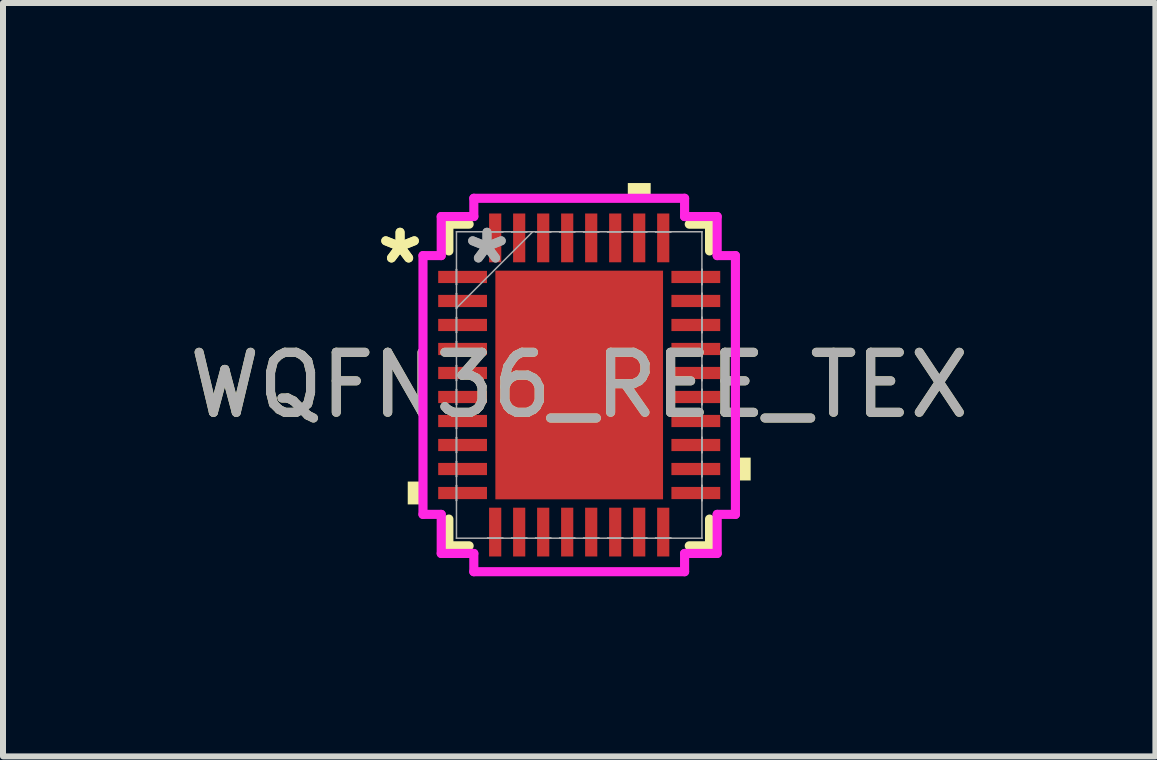
<source format=kicad_pcb>
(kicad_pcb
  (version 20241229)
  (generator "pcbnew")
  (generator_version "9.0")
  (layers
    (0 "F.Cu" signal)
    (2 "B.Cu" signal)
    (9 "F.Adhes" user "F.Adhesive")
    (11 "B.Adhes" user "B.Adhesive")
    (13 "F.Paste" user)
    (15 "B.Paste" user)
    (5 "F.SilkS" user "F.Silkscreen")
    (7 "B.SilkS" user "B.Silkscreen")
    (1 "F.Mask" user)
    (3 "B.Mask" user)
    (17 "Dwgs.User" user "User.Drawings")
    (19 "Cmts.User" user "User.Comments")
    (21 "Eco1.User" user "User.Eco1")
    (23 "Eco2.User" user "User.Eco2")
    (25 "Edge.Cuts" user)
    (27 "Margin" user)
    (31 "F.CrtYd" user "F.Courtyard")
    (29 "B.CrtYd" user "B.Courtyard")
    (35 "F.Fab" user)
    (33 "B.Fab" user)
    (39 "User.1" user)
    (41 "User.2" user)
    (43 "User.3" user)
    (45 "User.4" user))
  (footprint "WQFN36_REE_TEX"
    (layer "F.Cu")
    (at 6.601 3.365)
    (property "Reference" "WQFN36_REE_TEX" (at 0 0 0) (unlocked yes) (layer "F.SilkS") (effects (font (size 1 1) (thickness 0.15))))
    (attr smd)
    (fp_line (start -2.172 -2.68) (end -2.172 -2.234) (stroke (width 0.152) (type solid)) (layer "F.SilkS"))
    (fp_line (start -2.172 2.234) (end -2.172 2.68) (stroke (width 0.152) (type solid)) (layer "F.SilkS"))
    (fp_line (start -2.172 2.68) (end -1.834 2.68) (stroke (width 0.152) (type solid)) (layer "F.SilkS"))
    (fp_line (start -1.834 -2.68) (end -2.172 -2.68) (stroke (width 0.152) (type solid)) (layer "F.SilkS"))
    (fp_line (start 1.834 2.68) (end 2.172 2.68) (stroke (width 0.152) (type solid)) (layer "F.SilkS"))
    (fp_line (start 2.172 -2.68) (end 1.834 -2.68) (stroke (width 0.152) (type solid)) (layer "F.SilkS"))
    (fp_line (start 2.172 -2.234) (end 2.172 -2.68) (stroke (width 0.152) (type solid)) (layer "F.SilkS"))
    (fp_line (start 2.172 2.68) (end 2.172 2.234) (stroke (width 0.152) (type solid)) (layer "F.SilkS"))
    (fp_poly (pts (xy -2.857 1.609) (xy -2.857 1.99) (xy -2.603 1.99) (xy -2.603 1.609)) (stroke (width 0) (type solid)) (fill yes) (layer "F.SilkS"))
    (fp_poly (pts (xy 0.81 -3.111) (xy 0.81 -3.365) (xy 1.191 -3.365) (xy 1.191 -3.111)) (stroke (width 0) (type solid)) (fill yes) (layer "F.SilkS"))
    (fp_poly (pts (xy 2.857 1.21) (xy 2.857 1.591) (xy 2.603 1.591) (xy 2.603 1.21)) (stroke (width 0) (type solid)) (fill yes) (layer "F.SilkS"))
    (fp_poly (pts (xy -1.297 -1.805) (xy -1.297 -0.735) (xy -0.1 -0.735) (xy -0.1 -1.805)) (stroke (width 0) (type solid)) (fill yes) (layer "F.Paste"))
    (fp_poly (pts (xy -1.297 -0.535) (xy -1.297 0.535) (xy -0.1 0.535) (xy -0.1 -0.535)) (stroke (width 0) (type solid)) (fill yes) (layer "F.Paste"))
    (fp_poly (pts (xy -1.297 0.735) (xy -1.297 1.805) (xy -0.1 1.805) (xy -0.1 0.735)) (stroke (width 0) (type solid)) (fill yes) (layer "F.Paste"))
    (fp_poly (pts (xy 0.1 -1.805) (xy 0.1 -0.735) (xy 1.297 -0.735) (xy 1.297 -1.805)) (stroke (width 0) (type solid)) (fill yes) (layer "F.Paste"))
    (fp_poly (pts (xy 0.1 -0.535) (xy 0.1 0.535) (xy 1.297 0.535) (xy 1.297 -0.535)) (stroke (width 0) (type solid)) (fill yes) (layer "F.Paste"))
    (fp_poly (pts (xy 0.1 0.735) (xy 0.1 1.805) (xy 1.297 1.805) (xy 1.297 0.735)) (stroke (width 0) (type solid)) (fill yes) (layer "F.Paste"))
    (fp_line (start -2.603 -2.156) (end -2.299 -2.156) (stroke (width 0.152) (type solid)) (layer "F.CrtYd"))
    (fp_line (start -2.603 2.156) (end -2.603 -2.156) (stroke (width 0.152) (type solid)) (layer "F.CrtYd"))
    (fp_line (start -2.299 -2.807) (end -1.756 -2.807) (stroke (width 0.152) (type solid)) (layer "F.CrtYd"))
    (fp_line (start -2.299 -2.156) (end -2.299 -2.807) (stroke (width 0.152) (type solid)) (layer "F.CrtYd"))
    (fp_line (start -2.299 2.156) (end -2.603 2.156) (stroke (width 0.152) (type solid)) (layer "F.CrtYd"))
    (fp_line (start -2.299 2.807) (end -2.299 2.156) (stroke (width 0.152) (type solid)) (layer "F.CrtYd"))
    (fp_line (start -1.756 -3.111) (end 1.756 -3.111) (stroke (width 0.152) (type solid)) (layer "F.CrtYd"))
    (fp_line (start -1.756 -2.807) (end -1.756 -3.111) (stroke (width 0.152) (type solid)) (layer "F.CrtYd"))
    (fp_line (start -1.756 2.807) (end -2.299 2.807) (stroke (width 0.152) (type solid)) (layer "F.CrtYd"))
    (fp_line (start -1.756 3.111) (end -1.756 2.807) (stroke (width 0.152) (type solid)) (layer "F.CrtYd"))
    (fp_line (start 1.756 -3.111) (end 1.756 -2.807) (stroke (width 0.152) (type solid)) (layer "F.CrtYd"))
    (fp_line (start 1.756 -2.807) (end 2.299 -2.807) (stroke (width 0.152) (type solid)) (layer "F.CrtYd"))
    (fp_line (start 1.756 2.807) (end 1.756 3.111) (stroke (width 0.152) (type solid)) (layer "F.CrtYd"))
    (fp_line (start 1.756 3.111) (end -1.756 3.111) (stroke (width 0.152) (type solid)) (layer "F.CrtYd"))
    (fp_line (start 2.299 -2.807) (end 2.299 -2.156) (stroke (width 0.152) (type solid)) (layer "F.CrtYd"))
    (fp_line (start 2.299 -2.156) (end 2.603 -2.156) (stroke (width 0.152) (type solid)) (layer "F.CrtYd"))
    (fp_line (start 2.299 2.156) (end 2.299 2.807) (stroke (width 0.152) (type solid)) (layer "F.CrtYd"))
    (fp_line (start 2.299 2.807) (end 1.756 2.807) (stroke (width 0.152) (type solid)) (layer "F.CrtYd"))
    (fp_line (start 2.603 -2.156) (end 2.603 2.156) (stroke (width 0.152) (type solid)) (layer "F.CrtYd"))
    (fp_line (start 2.603 2.156) (end 2.299 2.156) (stroke (width 0.152) (type solid)) (layer "F.CrtYd"))
    (fp_line (start -2.045 -2.553) (end -2.045 -2.553) (stroke (width 0.025) (type solid)) (layer "F.Fab"))
    (fp_line (start -2.045 -2.553) (end -2.045 2.553) (stroke (width 0.025) (type solid)) (layer "F.Fab"))
    (fp_line (start -2.045 -1.927) (end -2.045 -1.927) (stroke (width 0.025) (type solid)) (layer "F.Fab"))
    (fp_line (start -2.045 -1.927) (end -2.045 -1.673) (stroke (width 0.025) (type solid)) (layer "F.Fab"))
    (fp_line (start -2.045 -1.673) (end -2.045 -1.927) (stroke (width 0.025) (type solid)) (layer "F.Fab"))
    (fp_line (start -2.045 -1.673) (end -2.045 -1.673) (stroke (width 0.025) (type solid)) (layer "F.Fab"))
    (fp_line (start -2.045 -1.527) (end -2.045 -1.527) (stroke (width 0.025) (type solid)) (layer "F.Fab"))
    (fp_line (start -2.045 -1.527) (end -2.045 -1.273) (stroke (width 0.025) (type solid)) (layer "F.Fab"))
    (fp_line (start -2.045 -1.283) (end -0.775 -2.553) (stroke (width 0.025) (type solid)) (layer "F.Fab"))
    (fp_line (start -2.045 -1.273) (end -2.045 -1.527) (stroke (width 0.025) (type solid)) (layer "F.Fab"))
    (fp_line (start -2.045 -1.273) (end -2.045 -1.273) (stroke (width 0.025) (type solid)) (layer "F.Fab"))
    (fp_line (start -2.045 -1.127) (end -2.045 -1.127) (stroke (width 0.025) (type solid)) (layer "F.Fab"))
    (fp_line (start -2.045 -1.127) (end -2.045 -0.873) (stroke (width 0.025) (type solid)) (layer "F.Fab"))
    (fp_line (start -2.045 -0.873) (end -2.045 -1.127) (stroke (width 0.025) (type solid)) (layer "F.Fab"))
    (fp_line (start -2.045 -0.873) (end -2.045 -0.873) (stroke (width 0.025) (type solid)) (layer "F.Fab"))
    (fp_line (start -2.045 -0.727) (end -2.045 -0.727) (stroke (width 0.025) (type solid)) (layer "F.Fab"))
    (fp_line (start -2.045 -0.727) (end -2.045 -0.473) (stroke (width 0.025) (type solid)) (layer "F.Fab"))
    (fp_line (start -2.045 -0.473) (end -2.045 -0.727) (stroke (width 0.025) (type solid)) (layer "F.Fab"))
    (fp_line (start -2.045 -0.473) (end -2.045 -0.473) (stroke (width 0.025) (type solid)) (layer "F.Fab"))
    (fp_line (start -2.045 -0.327) (end -2.045 -0.327) (stroke (width 0.025) (type solid)) (layer "F.Fab"))
    (fp_line (start -2.045 -0.327) (end -2.045 -0.073) (stroke (width 0.025) (type solid)) (layer "F.Fab"))
    (fp_line (start -2.045 -0.073) (end -2.045 -0.327) (stroke (width 0.025) (type solid)) (layer "F.Fab"))
    (fp_line (start -2.045 -0.073) (end -2.045 -0.073) (stroke (width 0.025) (type solid)) (layer "F.Fab"))
    (fp_line (start -2.045 0.073) (end -2.045 0.073) (stroke (width 0.025) (type solid)) (layer "F.Fab"))
    (fp_line (start -2.045 0.073) (end -2.045 0.327) (stroke (width 0.025) (type solid)) (layer "F.Fab"))
    (fp_line (start -2.045 0.327) (end -2.045 0.073) (stroke (width 0.025) (type solid)) (layer "F.Fab"))
    (fp_line (start -2.045 0.327) (end -2.045 0.327) (stroke (width 0.025) (type solid)) (layer "F.Fab"))
    (fp_line (start -2.045 0.473) (end -2.045 0.473) (stroke (width 0.025) (type solid)) (layer "F.Fab"))
    (fp_line (start -2.045 0.473) (end -2.045 0.727) (stroke (width 0.025) (type solid)) (layer "F.Fab"))
    (fp_line (start -2.045 0.727) (end -2.045 0.473) (stroke (width 0.025) (type solid)) (layer "F.Fab"))
    (fp_line (start -2.045 0.727) (end -2.045 0.727) (stroke (width 0.025) (type solid)) (layer "F.Fab"))
    (fp_line (start -2.045 0.873) (end -2.045 0.873) (stroke (width 0.025) (type solid)) (layer "F.Fab"))
    (fp_line (start -2.045 0.873) (end -2.045 1.127) (stroke (width 0.025) (type solid)) (layer "F.Fab"))
    (fp_line (start -2.045 1.127) (end -2.045 0.873) (stroke (width 0.025) (type solid)) (layer "F.Fab"))
    (fp_line (start -2.045 1.127) (end -2.045 1.127) (stroke (width 0.025) (type solid)) (layer "F.Fab"))
    (fp_line (start -2.045 1.273) (end -2.045 1.273) (stroke (width 0.025) (type solid)) (layer "F.Fab"))
    (fp_line (start -2.045 1.273) (end -2.045 1.527) (stroke (width 0.025) (type solid)) (layer "F.Fab"))
    (fp_line (start -2.045 1.527) (end -2.045 1.273) (stroke (width 0.025) (type solid)) (layer "F.Fab"))
    (fp_line (start -2.045 1.527) (end -2.045 1.527) (stroke (width 0.025) (type solid)) (layer "F.Fab"))
    (fp_line (start -2.045 1.673) (end -2.045 1.673) (stroke (width 0.025) (type solid)) (layer "F.Fab"))
    (fp_line (start -2.045 1.673) (end -2.045 1.927) (stroke (width 0.025) (type solid)) (layer "F.Fab"))
    (fp_line (start -2.045 1.927) (end -2.045 1.673) (stroke (width 0.025) (type solid)) (layer "F.Fab"))
    (fp_line (start -2.045 1.927) (end -2.045 1.927) (stroke (width 0.025) (type solid)) (layer "F.Fab"))
    (fp_line (start -2.045 2.553) (end -2.045 2.553) (stroke (width 0.025) (type solid)) (layer "F.Fab"))
    (fp_line (start -2.045 2.553) (end 2.045 2.553) (stroke (width 0.025) (type solid)) (layer "F.Fab"))
    (fp_line (start -1.527 -2.553) (end -1.527 -2.553) (stroke (width 0.025) (type solid)) (layer "F.Fab"))
    (fp_line (start -1.527 -2.553) (end -1.273 -2.553) (stroke (width 0.025) (type solid)) (layer "F.Fab"))
    (fp_line (start -1.527 2.553) (end -1.527 2.553) (stroke (width 0.025) (type solid)) (layer "F.Fab"))
    (fp_line (start -1.527 2.553) (end -1.273 2.553) (stroke (width 0.025) (type solid)) (layer "F.Fab"))
    (fp_line (start -1.273 -2.553) (end -1.527 -2.553) (stroke (width 0.025) (type solid)) (layer "F.Fab"))
    (fp_line (start -1.273 -2.553) (end -1.273 -2.553) (stroke (width 0.025) (type solid)) (layer "F.Fab"))
    (fp_line (start -1.273 2.553) (end -1.527 2.553) (stroke (width 0.025) (type solid)) (layer "F.Fab"))
    (fp_line (start -1.273 2.553) (end -1.273 2.553) (stroke (width 0.025) (type solid)) (layer "F.Fab"))
    (fp_line (start -1.127 -2.553) (end -1.127 -2.553) (stroke (width 0.025) (type solid)) (layer "F.Fab"))
    (fp_line (start -1.127 -2.553) (end -0.873 -2.553) (stroke (width 0.025) (type solid)) (layer "F.Fab"))
    (fp_line (start -1.127 2.553) (end -1.127 2.553) (stroke (width 0.025) (type solid)) (layer "F.Fab"))
    (fp_line (start -1.127 2.553) (end -0.873 2.553) (stroke (width 0.025) (type solid)) (layer "F.Fab"))
    (fp_line (start -0.873 -2.553) (end -1.127 -2.553) (stroke (width 0.025) (type solid)) (layer "F.Fab"))
    (fp_line (start -0.873 -2.553) (end -0.873 -2.553) (stroke (width 0.025) (type solid)) (layer "F.Fab"))
    (fp_line (start -0.873 2.553) (end -1.127 2.553) (stroke (width 0.025) (type solid)) (layer "F.Fab"))
    (fp_line (start -0.873 2.553) (end -0.873 2.553) (stroke (width 0.025) (type solid)) (layer "F.Fab"))
    (fp_line (start -0.727 -2.553) (end -0.727 -2.553) (stroke (width 0.025) (type solid)) (layer "F.Fab"))
    (fp_line (start -0.727 -2.553) (end -0.473 -2.553) (stroke (width 0.025) (type solid)) (layer "F.Fab"))
    (fp_line (start -0.727 2.553) (end -0.727 2.553) (stroke (width 0.025) (type solid)) (layer "F.Fab"))
    (fp_line (start -0.727 2.553) (end -0.473 2.553) (stroke (width 0.025) (type solid)) (layer "F.Fab"))
    (fp_line (start -0.473 -2.553) (end -0.727 -2.553) (stroke (width 0.025) (type solid)) (layer "F.Fab"))
    (fp_line (start -0.473 -2.553) (end -0.473 -2.553) (stroke (width 0.025) (type solid)) (layer "F.Fab"))
    (fp_line (start -0.473 2.553) (end -0.727 2.553) (stroke (width 0.025) (type solid)) (layer "F.Fab"))
    (fp_line (start -0.473 2.553) (end -0.473 2.553) (stroke (width 0.025) (type solid)) (layer "F.Fab"))
    (fp_line (start -0.327 -2.553) (end -0.327 -2.553) (stroke (width 0.025) (type solid)) (layer "F.Fab"))
    (fp_line (start -0.327 -2.553) (end -0.073 -2.553) (stroke (width 0.025) (type solid)) (layer "F.Fab"))
    (fp_line (start -0.327 2.553) (end -0.327 2.553) (stroke (width 0.025) (type solid)) (layer "F.Fab"))
    (fp_line (start -0.327 2.553) (end -0.073 2.553) (stroke (width 0.025) (type solid)) (layer "F.Fab"))
    (fp_line (start -0.073 -2.553) (end -0.327 -2.553) (stroke (width 0.025) (type solid)) (layer "F.Fab"))
    (fp_line (start -0.073 -2.553) (end -0.073 -2.553) (stroke (width 0.025) (type solid)) (layer "F.Fab"))
    (fp_line (start -0.073 2.553) (end -0.327 2.553) (stroke (width 0.025) (type solid)) (layer "F.Fab"))
    (fp_line (start -0.073 2.553) (end -0.073 2.553) (stroke (width 0.025) (type solid)) (layer "F.Fab"))
    (fp_line (start 0.073 -2.553) (end 0.073 -2.553) (stroke (width 0.025) (type solid)) (layer "F.Fab"))
    (fp_line (start 0.073 -2.553) (end 0.327 -2.553) (stroke (width 0.025) (type solid)) (layer "F.Fab"))
    (fp_line (start 0.073 2.553) (end 0.073 2.553) (stroke (width 0.025) (type solid)) (layer "F.Fab"))
    (fp_line (start 0.073 2.553) (end 0.327 2.553) (stroke (width 0.025) (type solid)) (layer "F.Fab"))
    (fp_line (start 0.327 -2.553) (end 0.073 -2.553) (stroke (width 0.025) (type solid)) (layer "F.Fab"))
    (fp_line (start 0.327 -2.553) (end 0.327 -2.553) (stroke (width 0.025) (type solid)) (layer "F.Fab"))
    (fp_line (start 0.327 2.553) (end 0.073 2.553) (stroke (width 0.025) (type solid)) (layer "F.Fab"))
    (fp_line (start 0.327 2.553) (end 0.327 2.553) (stroke (width 0.025) (type solid)) (layer "F.Fab"))
    (fp_line (start 0.473 -2.553) (end 0.473 -2.553) (stroke (width 0.025) (type solid)) (layer "F.Fab"))
    (fp_line (start 0.473 -2.553) (end 0.727 -2.553) (stroke (width 0.025) (type solid)) (layer "F.Fab"))
    (fp_line (start 0.473 2.553) (end 0.473 2.553) (stroke (width 0.025) (type solid)) (layer "F.Fab"))
    (fp_line (start 0.473 2.553) (end 0.727 2.553) (stroke (width 0.025) (type solid)) (layer "F.Fab"))
    (fp_line (start 0.727 -2.553) (end 0.473 -2.553) (stroke (width 0.025) (type solid)) (layer "F.Fab"))
    (fp_line (start 0.727 -2.553) (end 0.727 -2.553) (stroke (width 0.025) (type solid)) (layer "F.Fab"))
    (fp_line (start 0.727 2.553) (end 0.473 2.553) (stroke (width 0.025) (type solid)) (layer "F.Fab"))
    (fp_line (start 0.727 2.553) (end 0.727 2.553) (stroke (width 0.025) (type solid)) (layer "F.Fab"))
    (fp_line (start 0.873 -2.553) (end 0.873 -2.553) (stroke (width 0.025) (type solid)) (layer "F.Fab"))
    (fp_line (start 0.873 -2.553) (end 1.127 -2.553) (stroke (width 0.025) (type solid)) (layer "F.Fab"))
    (fp_line (start 0.873 2.553) (end 0.873 2.553) (stroke (width 0.025) (type solid)) (layer "F.Fab"))
    (fp_line (start 0.873 2.553) (end 1.127 2.553) (stroke (width 0.025) (type solid)) (layer "F.Fab"))
    (fp_line (start 1.127 -2.553) (end 0.873 -2.553) (stroke (width 0.025) (type solid)) (layer "F.Fab"))
    (fp_line (start 1.127 -2.553) (end 1.127 -2.553) (stroke (width 0.025) (type solid)) (layer "F.Fab"))
    (fp_line (start 1.127 2.553) (end 0.873 2.553) (stroke (width 0.025) (type solid)) (layer "F.Fab"))
    (fp_line (start 1.127 2.553) (end 1.127 2.553) (stroke (width 0.025) (type solid)) (layer "F.Fab"))
    (fp_line (start 1.273 -2.553) (end 1.273 -2.553) (stroke (width 0.025) (type solid)) (layer "F.Fab"))
    (fp_line (start 1.273 -2.553) (end 1.527 -2.553) (stroke (width 0.025) (type solid)) (layer "F.Fab"))
    (fp_line (start 1.273 2.553) (end 1.273 2.553) (stroke (width 0.025) (type solid)) (layer "F.Fab"))
    (fp_line (start 1.273 2.553) (end 1.527 2.553) (stroke (width 0.025) (type solid)) (layer "F.Fab"))
    (fp_line (start 1.527 -2.553) (end 1.273 -2.553) (stroke (width 0.025) (type solid)) (layer "F.Fab"))
    (fp_line (start 1.527 -2.553) (end 1.527 -2.553) (stroke (width 0.025) (type solid)) (layer "F.Fab"))
    (fp_line (start 1.527 2.553) (end 1.273 2.553) (stroke (width 0.025) (type solid)) (layer "F.Fab"))
    (fp_line (start 1.527 2.553) (end 1.527 2.553) (stroke (width 0.025) (type solid)) (layer "F.Fab"))
    (fp_line (start 2.045 -2.553) (end -2.045 -2.553) (stroke (width 0.025) (type solid)) (layer "F.Fab"))
    (fp_line (start 2.045 -2.553) (end 2.045 -2.553) (stroke (width 0.025) (type solid)) (layer "F.Fab"))
    (fp_line (start 2.045 -1.927) (end 2.045 -1.927) (stroke (width 0.025) (type solid)) (layer "F.Fab"))
    (fp_line (start 2.045 -1.927) (end 2.045 -1.673) (stroke (width 0.025) (type solid)) (layer "F.Fab"))
    (fp_line (start 2.045 -1.673) (end 2.045 -1.927) (stroke (width 0.025) (type solid)) (layer "F.Fab"))
    (fp_line (start 2.045 -1.673) (end 2.045 -1.673) (stroke (width 0.025) (type solid)) (layer "F.Fab"))
    (fp_line (start 2.045 -1.527) (end 2.045 -1.527) (stroke (width 0.025) (type solid)) (layer "F.Fab"))
    (fp_line (start 2.045 -1.527) (end 2.045 -1.273) (stroke (width 0.025) (type solid)) (layer "F.Fab"))
    (fp_line (start 2.045 -1.273) (end 2.045 -1.527) (stroke (width 0.025) (type solid)) (layer "F.Fab"))
    (fp_line (start 2.045 -1.273) (end 2.045 -1.273) (stroke (width 0.025) (type solid)) (layer "F.Fab"))
    (fp_line (start 2.045 -1.127) (end 2.045 -1.127) (stroke (width 0.025) (type solid)) (layer "F.Fab"))
    (fp_line (start 2.045 -1.127) (end 2.045 -0.873) (stroke (width 0.025) (type solid)) (layer "F.Fab"))
    (fp_line (start 2.045 -0.873) (end 2.045 -1.127) (stroke (width 0.025) (type solid)) (layer "F.Fab"))
    (fp_line (start 2.045 -0.873) (end 2.045 -0.873) (stroke (width 0.025) (type solid)) (layer "F.Fab"))
    (fp_line (start 2.045 -0.727) (end 2.045 -0.727) (stroke (width 0.025) (type solid)) (layer "F.Fab"))
    (fp_line (start 2.045 -0.727) (end 2.045 -0.473) (stroke (width 0.025) (type solid)) (layer "F.Fab"))
    (fp_line (start 2.045 -0.473) (end 2.045 -0.727) (stroke (width 0.025) (type solid)) (layer "F.Fab"))
    (fp_line (start 2.045 -0.473) (end 2.045 -0.473) (stroke (width 0.025) (type solid)) (layer "F.Fab"))
    (fp_line (start 2.045 -0.327) (end 2.045 -0.327) (stroke (width 0.025) (type solid)) (layer "F.Fab"))
    (fp_line (start 2.045 -0.327) (end 2.045 -0.073) (stroke (width 0.025) (type solid)) (layer "F.Fab"))
    (fp_line (start 2.045 -0.073) (end 2.045 -0.327) (stroke (width 0.025) (type solid)) (layer "F.Fab"))
    (fp_line (start 2.045 -0.073) (end 2.045 -0.073) (stroke (width 0.025) (type solid)) (layer "F.Fab"))
    (fp_line (start 2.045 0.073) (end 2.045 0.073) (stroke (width 0.025) (type solid)) (layer "F.Fab"))
    (fp_line (start 2.045 0.073) (end 2.045 0.327) (stroke (width 0.025) (type solid)) (layer "F.Fab"))
    (fp_line (start 2.045 0.327) (end 2.045 0.073) (stroke (width 0.025) (type solid)) (layer "F.Fab"))
    (fp_line (start 2.045 0.327) (end 2.045 0.327) (stroke (width 0.025) (type solid)) (layer "F.Fab"))
    (fp_line (start 2.045 0.473) (end 2.045 0.473) (stroke (width 0.025) (type solid)) (layer "F.Fab"))
    (fp_line (start 2.045 0.473) (end 2.045 0.727) (stroke (width 0.025) (type solid)) (layer "F.Fab"))
    (fp_line (start 2.045 0.727) (end 2.045 0.473) (stroke (width 0.025) (type solid)) (layer "F.Fab"))
    (fp_line (start 2.045 0.727) (end 2.045 0.727) (stroke (width 0.025) (type solid)) (layer "F.Fab"))
    (fp_line (start 2.045 0.873) (end 2.045 0.873) (stroke (width 0.025) (type solid)) (layer "F.Fab"))
    (fp_line (start 2.045 0.873) (end 2.045 1.127) (stroke (width 0.025) (type solid)) (layer "F.Fab"))
    (fp_line (start 2.045 1.127) (end 2.045 0.873) (stroke (width 0.025) (type solid)) (layer "F.Fab"))
    (fp_line (start 2.045 1.127) (end 2.045 1.127) (stroke (width 0.025) (type solid)) (layer "F.Fab"))
    (fp_line (start 2.045 1.273) (end 2.045 1.273) (stroke (width 0.025) (type solid)) (layer "F.Fab"))
    (fp_line (start 2.045 1.273) (end 2.045 1.527) (stroke (width 0.025) (type solid)) (layer "F.Fab"))
    (fp_line (start 2.045 1.527) (end 2.045 1.273) (stroke (width 0.025) (type solid)) (layer "F.Fab"))
    (fp_line (start 2.045 1.527) (end 2.045 1.527) (stroke (width 0.025) (type solid)) (layer "F.Fab"))
    (fp_line (start 2.045 1.673) (end 2.045 1.673) (stroke (width 0.025) (type solid)) (layer "F.Fab"))
    (fp_line (start 2.045 1.673) (end 2.045 1.927) (stroke (width 0.025) (type solid)) (layer "F.Fab"))
    (fp_line (start 2.045 1.927) (end 2.045 1.673) (stroke (width 0.025) (type solid)) (layer "F.Fab"))
    (fp_line (start 2.045 1.927) (end 2.045 1.927) (stroke (width 0.025) (type solid)) (layer "F.Fab"))
    (fp_line (start 2.045 2.553) (end 2.045 -2.553) (stroke (width 0.025) (type solid)) (layer "F.Fab"))
    (fp_line (start 2.045 2.553) (end 2.045 2.553) (stroke (width 0.025) (type solid)) (layer "F.Fab"))
    (fp_text user "*" (at -2.985 -2 0) (layer "F.SilkS") (effects (font (size 1 1) (thickness 0.15))))
    (fp_text user "*" (at -2.985 -2 0) (unlocked yes) (layer "F.SilkS") (effects (font (size 1 1) (thickness 0.15))))
    (fp_text user "*" (at -1.537 -2 0) (unlocked yes) (layer "F.Fab") (effects (font (size 1 1) (thickness 0.15))))
    (fp_text user "*" (at -1.537 -2 0) (layer "F.Fab") (effects (font (size 1 1) (thickness 0.15))))
    (fp_text user "${REFERENCE}" (at 0 0 0) (unlocked yes) (layer "F.Fab") (effects (font (size 1 1) (thickness 0.15))))
    (pad "1" smd rect (at -1.943 -1.8 90) (size 0.203 0.813) (layers "F.Cu" "F.Mask" "F.Paste"))
    (pad "2" smd rect (at -1.943 -1.4 90) (size 0.203 0.813) (layers "F.Cu" "F.Mask" "F.Paste"))
    (pad "3" smd rect (at -1.943 -1 90) (size 0.203 0.813) (layers "F.Cu" "F.Mask" "F.Paste"))
    (pad "4" smd rect (at -1.943 -0.6 90) (size 0.203 0.813) (layers "F.Cu" "F.Mask" "F.Paste"))
    (pad "5" smd rect (at -1.943 -0.2 90) (size 0.203 0.813) (layers "F.Cu" "F.Mask" "F.Paste"))
    (pad "6" smd rect (at -1.943 0.2 90) (size 0.203 0.813) (layers "F.Cu" "F.Mask" "F.Paste"))
    (pad "7" smd rect (at -1.943 0.6 90) (size 0.203 0.813) (layers "F.Cu" "F.Mask" "F.Paste"))
    (pad "8" smd rect (at -1.943 1 90) (size 0.203 0.813) (layers "F.Cu" "F.Mask" "F.Paste"))
    (pad "9" smd rect (at -1.943 1.4 90) (size 0.203 0.813) (layers "F.Cu" "F.Mask" "F.Paste"))
    (pad "10" smd rect (at -1.943 1.8 90) (size 0.203 0.813) (layers "F.Cu" "F.Mask" "F.Paste"))
    (pad "11" smd rect (at -1.4 2.451) (size 0.203 0.813) (layers "F.Cu" "F.Mask" "F.Paste"))
    (pad "12" smd rect (at -1 2.451) (size 0.203 0.813) (layers "F.Cu" "F.Mask" "F.Paste"))
    (pad "13" smd rect (at -0.6 2.451) (size 0.203 0.813) (layers "F.Cu" "F.Mask" "F.Paste"))
    (pad "14" smd rect (at -0.2 2.451) (size 0.203 0.813) (layers "F.Cu" "F.Mask" "F.Paste"))
    (pad "15" smd rect (at 0.2 2.451) (size 0.203 0.813) (layers "F.Cu" "F.Mask" "F.Paste"))
    (pad "16" smd rect (at 0.6 2.451) (size 0.203 0.813) (layers "F.Cu" "F.Mask" "F.Paste"))
    (pad "17" smd rect (at 1 2.451) (size 0.203 0.813) (layers "F.Cu" "F.Mask" "F.Paste"))
    (pad "18" smd rect (at 1.4 2.451) (size 0.203 0.813) (layers "F.Cu" "F.Mask" "F.Paste"))
    (pad "19" smd rect (at 1.943 1.8 90) (size 0.203 0.813) (layers "F.Cu" "F.Mask" "F.Paste"))
    (pad "20" smd rect (at 1.943 1.4 90) (size 0.203 0.813) (layers "F.Cu" "F.Mask" "F.Paste"))
    (pad "21" smd rect (at 1.943 1 90) (size 0.203 0.813) (layers "F.Cu" "F.Mask" "F.Paste"))
    (pad "22" smd rect (at 1.943 0.6 90) (size 0.203 0.813) (layers "F.Cu" "F.Mask" "F.Paste"))
    (pad "23" smd rect (at 1.943 0.2 90) (size 0.203 0.813) (layers "F.Cu" "F.Mask" "F.Paste"))
    (pad "24" smd rect (at 1.943 -0.2 90) (size 0.203 0.813) (layers "F.Cu" "F.Mask" "F.Paste"))
    (pad "25" smd rect (at 1.943 -0.6 90) (size 0.203 0.813) (layers "F.Cu" "F.Mask" "F.Paste"))
    (pad "26" smd rect (at 1.943 -1 90) (size 0.203 0.813) (layers "F.Cu" "F.Mask" "F.Paste"))
    (pad "27" smd rect (at 1.943 -1.4 90) (size 0.203 0.813) (layers "F.Cu" "F.Mask" "F.Paste"))
    (pad "28" smd rect (at 1.943 -1.8 90) (size 0.203 0.813) (layers "F.Cu" "F.Mask" "F.Paste"))
    (pad "29" smd rect (at 1.4 -2.451) (size 0.203 0.813) (layers "F.Cu" "F.Mask" "F.Paste"))
    (pad "30" smd rect (at 1 -2.451) (size 0.203 0.813) (layers "F.Cu" "F.Mask" "F.Paste"))
    (pad "31" smd rect (at 0.6 -2.451) (size 0.203 0.813) (layers "F.Cu" "F.Mask" "F.Paste"))
    (pad "32" smd rect (at 0.2 -2.451) (size 0.203 0.813) (layers "F.Cu" "F.Mask" "F.Paste"))
    (pad "33" smd rect (at -0.2 -2.451) (size 0.203 0.813) (layers "F.Cu" "F.Mask" "F.Paste"))
    (pad "34" smd rect (at -0.6 -2.451) (size 0.203 0.813) (layers "F.Cu" "F.Mask" "F.Paste"))
    (pad "35" smd rect (at -1 -2.451) (size 0.203 0.813) (layers "F.Cu" "F.Mask" "F.Paste"))
    (pad "36" smd rect (at -1.4 -2.451) (size 0.203 0.813) (layers "F.Cu" "F.Mask" "F.Paste"))
    (pad "37" smd rect (at 0 0) (size 2.794 3.81) (layers "F.Cu" "F.Mask" "F.Paste")))
  (gr_rect
    (start -3 -3)
    (end 16.202 9.553)
    (stroke (width 0.1) (type default))
    (fill no)
    (layer "Edge.Cuts")))
</source>
